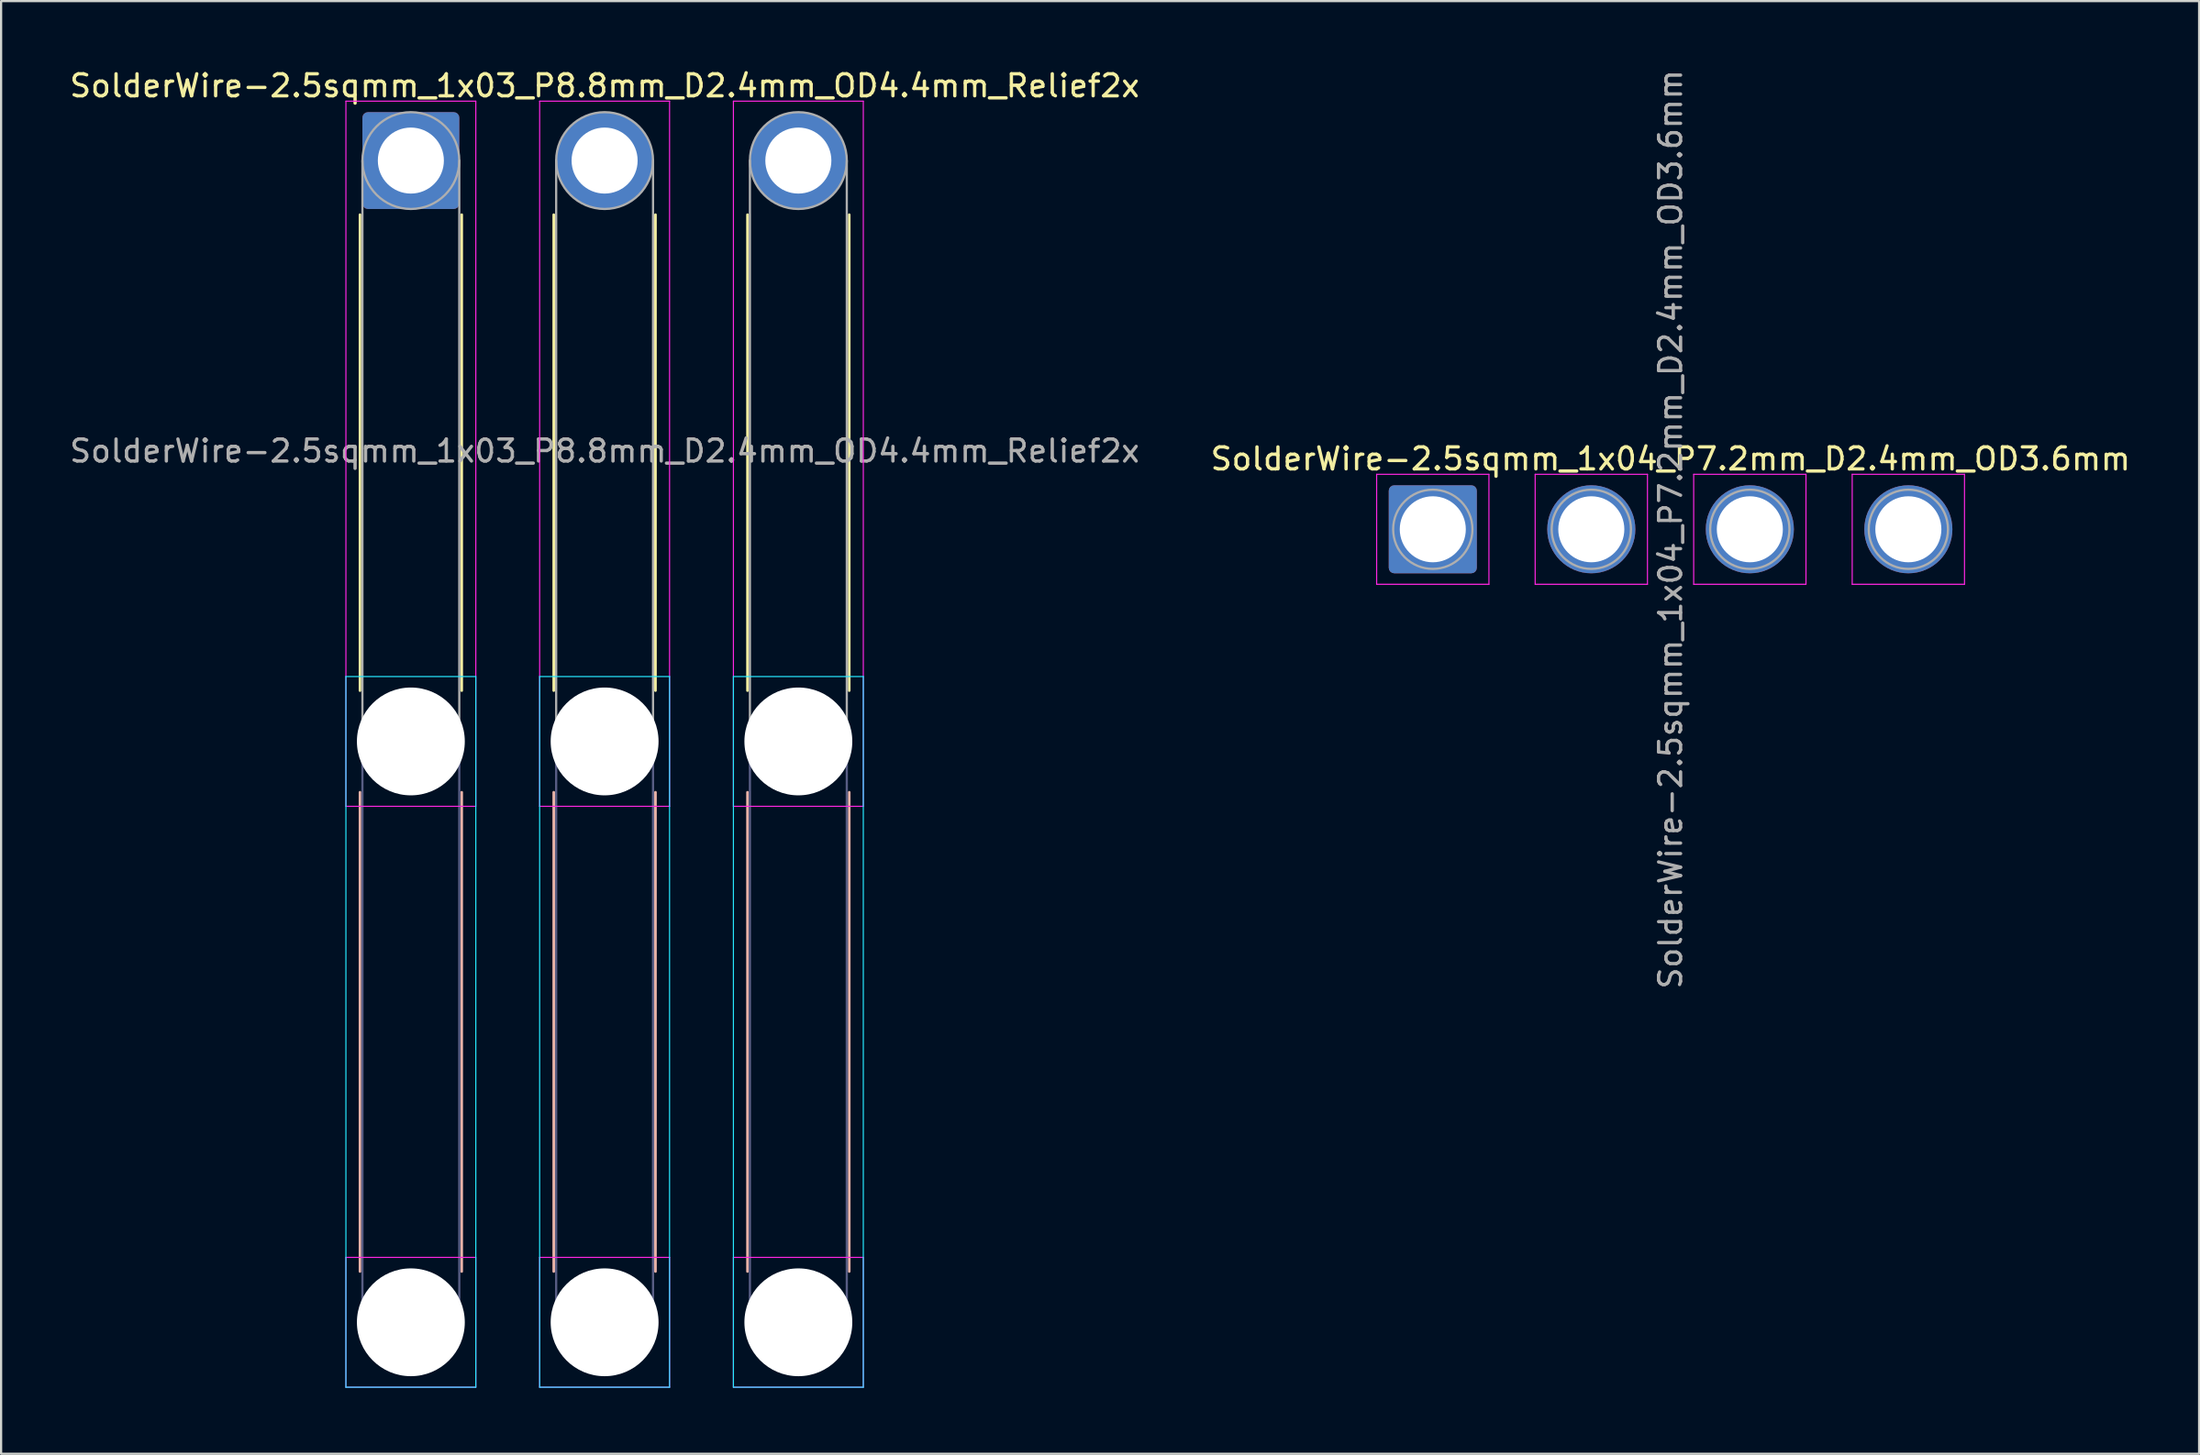
<source format=kicad_pcb>
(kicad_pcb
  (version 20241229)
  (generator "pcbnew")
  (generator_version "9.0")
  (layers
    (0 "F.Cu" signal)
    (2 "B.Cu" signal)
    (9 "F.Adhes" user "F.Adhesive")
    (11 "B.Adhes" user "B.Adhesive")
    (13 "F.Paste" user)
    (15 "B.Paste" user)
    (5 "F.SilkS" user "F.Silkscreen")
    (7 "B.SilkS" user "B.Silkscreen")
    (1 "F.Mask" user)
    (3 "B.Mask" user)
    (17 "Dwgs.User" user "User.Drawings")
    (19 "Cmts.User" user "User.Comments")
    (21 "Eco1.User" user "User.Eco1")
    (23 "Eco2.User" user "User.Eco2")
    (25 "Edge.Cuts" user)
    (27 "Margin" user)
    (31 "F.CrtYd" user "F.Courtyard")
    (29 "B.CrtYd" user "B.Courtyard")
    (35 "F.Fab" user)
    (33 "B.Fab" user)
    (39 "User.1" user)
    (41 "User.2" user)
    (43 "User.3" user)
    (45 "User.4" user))
  (footprint "SolderWire-2.5sqmm_1x03_P8.8mm_D2.4mm_OD4.4mm_Relief2x"
    (layer "F.Cu")
    (at 15.611 4.248)
    (property "Reference" "SolderWire-2.5sqmm_1x03_P8.8mm_D2.4mm_OD4.4mm_Relief2x" (at 8.8 -3.4 0) (layer "F.SilkS") (effects (font (size 1 1) (thickness 0.15))))
    (attr exclude_from_pos_files exclude_from_bom)
    (fp_line (start -2.31 2.46) (end -2.31 24.09) (stroke (width 0.12) (type solid)) (layer "F.SilkS"))
    (fp_line (start 2.31 2.46) (end 2.31 24.09) (stroke (width 0.12) (type solid)) (layer "F.SilkS"))
    (fp_line (start 6.49 2.46) (end 6.49 24.09) (stroke (width 0.12) (type solid)) (layer "F.SilkS"))
    (fp_line (start 11.11 2.46) (end 11.11 24.09) (stroke (width 0.12) (type solid)) (layer "F.SilkS"))
    (fp_line (start 15.29 2.46) (end 15.29 24.09) (stroke (width 0.12) (type solid)) (layer "F.SilkS"))
    (fp_line (start 19.91 2.46) (end 19.91 24.09) (stroke (width 0.12) (type solid)) (layer "F.SilkS"))
    (fp_line (start -2.31 28.71) (end -2.31 50.49) (stroke (width 0.12) (type solid)) (layer "B.SilkS"))
    (fp_line (start 2.31 28.71) (end 2.31 50.49) (stroke (width 0.12) (type solid)) (layer "B.SilkS"))
    (fp_line (start 6.49 28.71) (end 6.49 50.49) (stroke (width 0.12) (type solid)) (layer "B.SilkS"))
    (fp_line (start 11.11 28.71) (end 11.11 50.49) (stroke (width 0.12) (type solid)) (layer "B.SilkS"))
    (fp_line (start 15.29 28.71) (end 15.29 50.49) (stroke (width 0.12) (type solid)) (layer "B.SilkS"))
    (fp_line (start 19.91 28.71) (end 19.91 50.49) (stroke (width 0.12) (type solid)) (layer "B.SilkS"))
    (fp_line (start -2.95 23.45) (end -2.95 55.75) (stroke (width 0.05) (type solid)) (layer "B.CrtYd"))
    (fp_line (start -2.95 55.75) (end 2.95 55.75) (stroke (width 0.05) (type solid)) (layer "B.CrtYd"))
    (fp_line (start 2.95 23.45) (end -2.95 23.45) (stroke (width 0.05) (type solid)) (layer "B.CrtYd"))
    (fp_line (start 2.95 55.75) (end 2.95 23.45) (stroke (width 0.05) (type solid)) (layer "B.CrtYd"))
    (fp_line (start 5.85 23.45) (end 5.85 55.75) (stroke (width 0.05) (type solid)) (layer "B.CrtYd"))
    (fp_line (start 5.85 55.75) (end 11.75 55.75) (stroke (width 0.05) (type solid)) (layer "B.CrtYd"))
    (fp_line (start 11.75 23.45) (end 5.85 23.45) (stroke (width 0.05) (type solid)) (layer "B.CrtYd"))
    (fp_line (start 11.75 55.75) (end 11.75 23.45) (stroke (width 0.05) (type solid)) (layer "B.CrtYd"))
    (fp_line (start 14.65 23.45) (end 14.65 55.75) (stroke (width 0.05) (type solid)) (layer "B.CrtYd"))
    (fp_line (start 14.65 55.75) (end 20.55 55.75) (stroke (width 0.05) (type solid)) (layer "B.CrtYd"))
    (fp_line (start 20.55 23.45) (end 14.65 23.45) (stroke (width 0.05) (type solid)) (layer "B.CrtYd"))
    (fp_line (start 20.55 55.75) (end 20.55 23.45) (stroke (width 0.05) (type solid)) (layer "B.CrtYd"))
    (fp_line (start -2.95 -2.7) (end -2.95 29.35) (stroke (width 0.05) (type solid)) (layer "F.CrtYd"))
    (fp_line (start -2.95 29.35) (end 2.95 29.35) (stroke (width 0.05) (type solid)) (layer "F.CrtYd"))
    (fp_line (start -2.95 49.85) (end -2.95 55.75) (stroke (width 0.05) (type solid)) (layer "F.CrtYd"))
    (fp_line (start -2.95 55.75) (end 2.95 55.75) (stroke (width 0.05) (type solid)) (layer "F.CrtYd"))
    (fp_line (start 2.95 -2.7) (end -2.95 -2.7) (stroke (width 0.05) (type solid)) (layer "F.CrtYd"))
    (fp_line (start 2.95 29.35) (end 2.95 -2.7) (stroke (width 0.05) (type solid)) (layer "F.CrtYd"))
    (fp_line (start 2.95 49.85) (end -2.95 49.85) (stroke (width 0.05) (type solid)) (layer "F.CrtYd"))
    (fp_line (start 2.95 55.75) (end 2.95 49.85) (stroke (width 0.05) (type solid)) (layer "F.CrtYd"))
    (fp_line (start 5.85 -2.7) (end 5.85 29.35) (stroke (width 0.05) (type solid)) (layer "F.CrtYd"))
    (fp_line (start 5.85 29.35) (end 11.75 29.35) (stroke (width 0.05) (type solid)) (layer "F.CrtYd"))
    (fp_line (start 5.85 49.85) (end 5.85 55.75) (stroke (width 0.05) (type solid)) (layer "F.CrtYd"))
    (fp_line (start 5.85 55.75) (end 11.75 55.75) (stroke (width 0.05) (type solid)) (layer "F.CrtYd"))
    (fp_line (start 11.75 -2.7) (end 5.85 -2.7) (stroke (width 0.05) (type solid)) (layer "F.CrtYd"))
    (fp_line (start 11.75 29.35) (end 11.75 -2.7) (stroke (width 0.05) (type solid)) (layer "F.CrtYd"))
    (fp_line (start 11.75 49.85) (end 5.85 49.85) (stroke (width 0.05) (type solid)) (layer "F.CrtYd"))
    (fp_line (start 11.75 55.75) (end 11.75 49.85) (stroke (width 0.05) (type solid)) (layer "F.CrtYd"))
    (fp_line (start 14.65 -2.7) (end 14.65 29.35) (stroke (width 0.05) (type solid)) (layer "F.CrtYd"))
    (fp_line (start 14.65 29.35) (end 20.55 29.35) (stroke (width 0.05) (type solid)) (layer "F.CrtYd"))
    (fp_line (start 14.65 49.85) (end 14.65 55.75) (stroke (width 0.05) (type solid)) (layer "F.CrtYd"))
    (fp_line (start 14.65 55.75) (end 20.55 55.75) (stroke (width 0.05) (type solid)) (layer "F.CrtYd"))
    (fp_line (start 20.55 -2.7) (end 14.65 -2.7) (stroke (width 0.05) (type solid)) (layer "F.CrtYd"))
    (fp_line (start 20.55 29.35) (end 20.55 -2.7) (stroke (width 0.05) (type solid)) (layer "F.CrtYd"))
    (fp_line (start 20.55 49.85) (end 14.65 49.85) (stroke (width 0.05) (type solid)) (layer "F.CrtYd"))
    (fp_line (start 20.55 55.75) (end 20.55 49.85) (stroke (width 0.05) (type solid)) (layer "F.CrtYd"))
    (fp_line (start -2.2 26.4) (end -2.2 52.8) (stroke (width 0.1) (type solid)) (layer "B.Fab"))
    (fp_line (start 2.2 26.4) (end 2.2 52.8) (stroke (width 0.1) (type solid)) (layer "B.Fab"))
    (fp_line (start 6.6 26.4) (end 6.6 52.8) (stroke (width 0.1) (type solid)) (layer "B.Fab"))
    (fp_line (start 11 26.4) (end 11 52.8) (stroke (width 0.1) (type solid)) (layer "B.Fab"))
    (fp_line (start 15.4 26.4) (end 15.4 52.8) (stroke (width 0.1) (type solid)) (layer "B.Fab"))
    (fp_line (start 19.8 26.4) (end 19.8 52.8) (stroke (width 0.1) (type solid)) (layer "B.Fab"))
    (fp_circle (center 0 26.4) (end 2.2 26.4) (stroke (width 0.1) (type solid)) (fill no) (layer "B.Fab"))
    (fp_circle (center 0 52.8) (end 2.2 52.8) (stroke (width 0.1) (type solid)) (fill no) (layer "B.Fab"))
    (fp_circle (center 8.8 26.4) (end 11 26.4) (stroke (width 0.1) (type solid)) (fill no) (layer "B.Fab"))
    (fp_circle (center 8.8 52.8) (end 11 52.8) (stroke (width 0.1) (type solid)) (fill no) (layer "B.Fab"))
    (fp_circle (center 17.6 26.4) (end 19.8 26.4) (stroke (width 0.1) (type solid)) (fill no) (layer "B.Fab"))
    (fp_circle (center 17.6 52.8) (end 19.8 52.8) (stroke (width 0.1) (type solid)) (fill no) (layer "B.Fab"))
    (fp_line (start -2.2 0) (end -2.2 26.4) (stroke (width 0.1) (type solid)) (layer "F.Fab"))
    (fp_line (start 2.2 0) (end 2.2 26.4) (stroke (width 0.1) (type solid)) (layer "F.Fab"))
    (fp_line (start 6.6 0) (end 6.6 26.4) (stroke (width 0.1) (type solid)) (layer "F.Fab"))
    (fp_line (start 11 0) (end 11 26.4) (stroke (width 0.1) (type solid)) (layer "F.Fab"))
    (fp_line (start 15.4 0) (end 15.4 26.4) (stroke (width 0.1) (type solid)) (layer "F.Fab"))
    (fp_line (start 19.8 0) (end 19.8 26.4) (stroke (width 0.1) (type solid)) (layer "F.Fab"))
    (fp_circle (center 0 0) (end 2.2 0) (stroke (width 0.1) (type solid)) (fill no) (layer "F.Fab"))
    (fp_circle (center 0 26.4) (end 2.2 26.4) (stroke (width 0.1) (type solid)) (fill no) (layer "F.Fab"))
    (fp_circle (center 0 52.8) (end 2.2 52.8) (stroke (width 0.1) (type solid)) (fill no) (layer "F.Fab"))
    (fp_circle (center 8.8 0) (end 11 0) (stroke (width 0.1) (type solid)) (fill no) (layer "F.Fab"))
    (fp_circle (center 8.8 26.4) (end 11 26.4) (stroke (width 0.1) (type solid)) (fill no) (layer "F.Fab"))
    (fp_circle (center 8.8 52.8) (end 11 52.8) (stroke (width 0.1) (type solid)) (fill no) (layer "F.Fab"))
    (fp_circle (center 17.6 0) (end 19.8 0) (stroke (width 0.1) (type solid)) (fill no) (layer "F.Fab"))
    (fp_circle (center 17.6 26.4) (end 19.8 26.4) (stroke (width 0.1) (type solid)) (fill no) (layer "F.Fab"))
    (fp_circle (center 17.6 52.8) (end 19.8 52.8) (stroke (width 0.1) (type solid)) (fill no) (layer "F.Fab"))
    (fp_text user "${REFERENCE}" (at 8.8 13.2 0) (layer "F.Fab") (effects (font (size 1 1) (thickness 0.15))))
    (pad "" np_thru_hole circle (at 0 26.4) (size 4.9 4.9) (drill 4.9) (layers "*.Cu" "*.Mask"))
    (pad "" np_thru_hole circle (at 0 52.8) (size 4.9 4.9) (drill 4.9) (layers "*.Cu" "*.Mask"))
    (pad "" np_thru_hole circle (at 8.8 26.4) (size 4.9 4.9) (drill 4.9) (layers "*.Cu" "*.Mask"))
    (pad "" np_thru_hole circle (at 8.8 52.8) (size 4.9 4.9) (drill 4.9) (layers "*.Cu" "*.Mask"))
    (pad "" np_thru_hole circle (at 17.6 26.4) (size 4.9 4.9) (drill 4.9) (layers "*.Cu" "*.Mask"))
    (pad "" np_thru_hole circle (at 17.6 52.8) (size 4.9 4.9) (drill 4.9) (layers "*.Cu" "*.Mask"))
    (pad "1" thru_hole roundrect (at 0 0) (size 4.4 4.4) (drill 3) (layers "*.Cu" "*.Mask") (roundrect_rratio 0.057))
    (pad "2" thru_hole circle (at 8.8 0) (size 4.4 4.4) (drill 3) (layers "*.Cu" "*.Mask"))
    (pad "3" thru_hole circle (at 17.6 0) (size 4.4 4.4) (drill 3) (layers "*.Cu" "*.Mask")))
  (footprint "SolderWire-2.5sqmm_1x04_P7.2mm_D2.4mm_OD3.6mm"
    (layer "F.Cu")
    (at 62.027 21.006)
    (property "Reference" "SolderWire-2.5sqmm_1x04_P7.2mm_D2.4mm_OD3.6mm" (at 10.8 -3.2 0) (layer "F.SilkS") (effects (font (size 1 1) (thickness 0.15))))
    (attr exclude_from_pos_files exclude_from_bom)
    (fp_line (start -2.55 -2.5) (end -2.55 2.5) (stroke (width 0.05) (type solid)) (layer "F.CrtYd"))
    (fp_line (start -2.55 2.5) (end 2.55 2.5) (stroke (width 0.05) (type solid)) (layer "F.CrtYd"))
    (fp_line (start 2.55 -2.5) (end -2.55 -2.5) (stroke (width 0.05) (type solid)) (layer "F.CrtYd"))
    (fp_line (start 2.55 2.5) (end 2.55 -2.5) (stroke (width 0.05) (type solid)) (layer "F.CrtYd"))
    (fp_line (start 4.65 -2.5) (end 4.65 2.5) (stroke (width 0.05) (type solid)) (layer "F.CrtYd"))
    (fp_line (start 4.65 2.5) (end 9.75 2.5) (stroke (width 0.05) (type solid)) (layer "F.CrtYd"))
    (fp_line (start 9.75 -2.5) (end 4.65 -2.5) (stroke (width 0.05) (type solid)) (layer "F.CrtYd"))
    (fp_line (start 9.75 2.5) (end 9.75 -2.5) (stroke (width 0.05) (type solid)) (layer "F.CrtYd"))
    (fp_line (start 11.85 -2.5) (end 11.85 2.5) (stroke (width 0.05) (type solid)) (layer "F.CrtYd"))
    (fp_line (start 11.85 2.5) (end 16.95 2.5) (stroke (width 0.05) (type solid)) (layer "F.CrtYd"))
    (fp_line (start 16.95 -2.5) (end 11.85 -2.5) (stroke (width 0.05) (type solid)) (layer "F.CrtYd"))
    (fp_line (start 16.95 2.5) (end 16.95 -2.5) (stroke (width 0.05) (type solid)) (layer "F.CrtYd"))
    (fp_line (start 19.05 -2.5) (end 19.05 2.5) (stroke (width 0.05) (type solid)) (layer "F.CrtYd"))
    (fp_line (start 19.05 2.5) (end 24.15 2.5) (stroke (width 0.05) (type solid)) (layer "F.CrtYd"))
    (fp_line (start 24.15 -2.5) (end 19.05 -2.5) (stroke (width 0.05) (type solid)) (layer "F.CrtYd"))
    (fp_line (start 24.15 2.5) (end 24.15 -2.5) (stroke (width 0.05) (type solid)) (layer "F.CrtYd"))
    (fp_circle (center 0 0) (end 1.8 0) (stroke (width 0.1) (type solid)) (fill no) (layer "F.Fab"))
    (fp_circle (center 7.2 0) (end 9 0) (stroke (width 0.1) (type solid)) (fill no) (layer "F.Fab"))
    (fp_circle (center 14.4 0) (end 16.2 0) (stroke (width 0.1) (type solid)) (fill no) (layer "F.Fab"))
    (fp_circle (center 21.6 0) (end 23.4 0) (stroke (width 0.1) (type solid)) (fill no) (layer "F.Fab"))
    (fp_text user "${REFERENCE}" (at 10.8 0 90) (layer "F.Fab") (effects (font (size 1 1) (thickness 0.15))))
    (pad "1" thru_hole roundrect (at 0 0) (size 4 4) (drill 3) (layers "*.Cu" "*.Mask") (roundrect_rratio 0.062))
    (pad "2" thru_hole circle (at 7.2 0) (size 4 4) (drill 3) (layers "*.Cu" "*.Mask"))
    (pad "3" thru_hole circle (at 14.4 0) (size 4 4) (drill 3) (layers "*.Cu" "*.Mask"))
    (pad "4" thru_hole circle (at 21.6 0) (size 4 4) (drill 3) (layers "*.Cu" "*.Mask")))
  (gr_rect
    (start -3 -3)
    (end 96.833 63.023)
    (stroke (width 0.1) (type default))
    (fill no)
    (layer "Edge.Cuts")))
</source>
